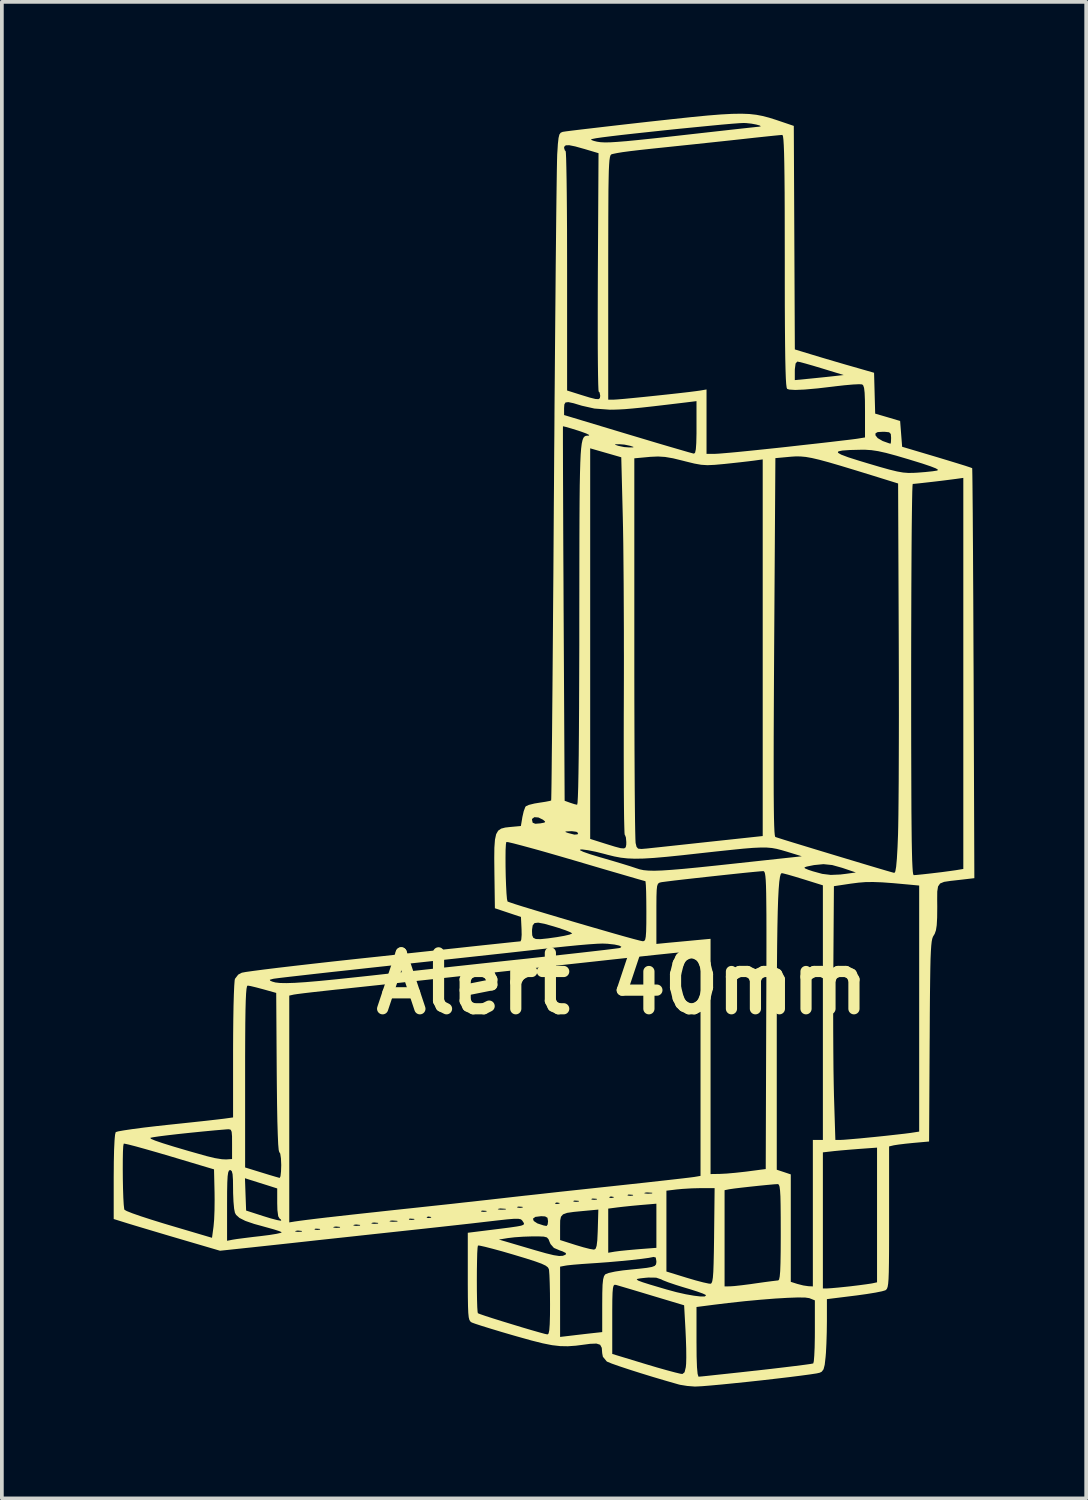
<source format=kicad_pcb>
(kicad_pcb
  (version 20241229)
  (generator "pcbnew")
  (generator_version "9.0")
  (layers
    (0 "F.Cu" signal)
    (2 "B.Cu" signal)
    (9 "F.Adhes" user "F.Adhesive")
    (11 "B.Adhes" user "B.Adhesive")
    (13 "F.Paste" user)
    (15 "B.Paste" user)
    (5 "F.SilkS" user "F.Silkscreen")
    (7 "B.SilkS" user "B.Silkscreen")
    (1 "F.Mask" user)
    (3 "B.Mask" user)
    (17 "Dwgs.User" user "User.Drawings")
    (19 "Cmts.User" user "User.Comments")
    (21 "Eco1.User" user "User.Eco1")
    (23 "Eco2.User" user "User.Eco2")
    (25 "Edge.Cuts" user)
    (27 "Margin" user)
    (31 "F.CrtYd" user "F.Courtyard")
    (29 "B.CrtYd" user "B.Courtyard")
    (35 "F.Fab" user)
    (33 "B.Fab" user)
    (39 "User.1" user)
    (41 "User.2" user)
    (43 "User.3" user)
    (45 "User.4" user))
  (footprint "Alert 40mm"
    (layer "F.Cu")
    (at 13.642 23.331)
    (property "Reference" "Alert 40mm" (at 0 0 0) (layer "F.SilkS") (effects (font (size 1.5 1.5) (thickness 0.3))))
    (attr board_only exclude_from_pos_files exclude_from_bom)
    (fp_poly (pts (xy 3.409 -23.323) (xy 3.595 -23.302) (xy 3.767 -23.269) (xy 3.936 -23.225) (xy 4.114 -23.169) (xy 4.144 -23.159) (xy 4.601 -23.004) (xy 4.615 -20.006) (xy 4.629 -17.008) (xy 5.099 -16.865) (xy 5.361 -16.786) (xy 5.676 -16.693) (xy 5.997 -16.599) (xy 6.162 -16.552) (xy 6.754 -16.382) (xy 6.769 -15.834) (xy 6.784 -15.286) (xy 7.119 -15.188) (xy 7.453 -15.089) (xy 7.48 -14.743) (xy 7.507 -14.397) (xy 8.438 -14.12) (xy 8.736 -14.03) (xy 8.997 -13.95) (xy 9.204 -13.886) (xy 9.339 -13.841) (xy 9.386 -13.823) (xy 9.388 -13.768) (xy 9.391 -13.612) (xy 9.394 -13.363) (xy 9.397 -13.027) (xy 9.401 -12.613) (xy 9.404 -12.127) (xy 9.408 -11.576) (xy 9.411 -10.968) (xy 9.415 -10.31) (xy 9.418 -9.608) (xy 9.421 -8.871) (xy 9.424 -8.314) (xy 9.444 -2.825) (xy 9.068 -2.781) (xy 8.808 -2.752) (xy 8.633 -2.726) (xy 8.525 -2.682) (xy 8.47 -2.602) (xy 8.449 -2.467) (xy 8.447 -2.258) (xy 8.449 -2.056) (xy 8.446 -1.768) (xy 8.435 -1.565) (xy 8.414 -1.428) (xy 8.381 -1.333) (xy 8.355 -1.29) (xy 8.333 -1.253) (xy 8.315 -1.201) (xy 8.3 -1.125) (xy 8.288 -1.015) (xy 8.278 -0.864) (xy 8.269 -0.66) (xy 8.263 -0.396) (xy 8.258 -0.063) (xy 8.253 0.35) (xy 8.249 0.85) (xy 8.246 1.448) (xy 8.245 1.541) (xy 8.23 4.239) (xy 7.815 4.276) (xy 7.598 4.298) (xy 7.409 4.321) (xy 7.287 4.34) (xy 7.278 4.342) (xy 7.157 4.371) (xy 7.157 6.273) (xy 7.157 6.776) (xy 7.156 7.183) (xy 7.153 7.503) (xy 7.149 7.748) (xy 7.142 7.928) (xy 7.132 8.054) (xy 7.118 8.137) (xy 7.1 8.187) (xy 7.077 8.216) (xy 7.055 8.231) (xy 6.965 8.257) (xy 6.792 8.292) (xy 6.558 8.33) (xy 6.286 8.368) (xy 6.221 8.376) (xy 5.489 8.467) (xy 5.489 9.063) (xy 5.485 9.354) (xy 5.476 9.651) (xy 5.463 9.91) (xy 5.453 10.027) (xy 5.43 10.228) (xy 5.399 10.348) (xy 5.352 10.412) (xy 5.299 10.44) (xy 5.211 10.46) (xy 5.032 10.487) (xy 4.779 10.521) (xy 4.47 10.56) (xy 4.121 10.601) (xy 3.749 10.644) (xy 3.371 10.685) (xy 3.003 10.723) (xy 2.663 10.757) (xy 2.368 10.784) (xy 2.134 10.803) (xy 1.977 10.811) (xy 1.945 10.812) (xy 1.743 10.796) (xy 1.55 10.765) (xy 1.507 10.754) (xy 1.169 10.657) (xy 0.825 10.555) (xy 0.49 10.452) (xy 0.182 10.354) (xy -0.08 10.267) (xy -0.279 10.197) (xy -0.399 10.148) (xy -0.417 10.138) (xy -0.52 10.013) (xy -0.535 9.937) (xy -0.269 9.937) (xy 0.632 10.211) (xy 0.931 10.3) (xy 1.197 10.375) (xy 1.413 10.433) (xy 1.559 10.468) (xy 1.614 10.475) (xy 1.671 10.428) (xy 1.704 10.292) (xy 1.713 10.197) (xy 1.717 10.034) (xy 1.715 9.797) (xy 1.709 9.613) (xy 1.991 9.613) (xy 1.994 10.007) (xy 2.004 10.294) (xy 2.021 10.473) (xy 2.044 10.546) (xy 2.048 10.547) (xy 2.115 10.542) (xy 2.274 10.526) (xy 2.512 10.5) (xy 2.813 10.468) (xy 3.165 10.43) (xy 3.552 10.387) (xy 3.593 10.383) (xy 3.982 10.339) (xy 4.336 10.297) (xy 4.641 10.26) (xy 4.883 10.229) (xy 5.048 10.206) (xy 5.121 10.192) (xy 5.123 10.191) (xy 5.138 10.131) (xy 5.15 9.982) (xy 5.16 9.764) (xy 5.165 9.495) (xy 5.166 9.332) (xy 5.166 8.5) (xy 5.018 8.441) (xy 4.911 8.425) (xy 4.711 8.422) (xy 4.434 8.432) (xy 4.095 8.452) (xy 3.708 8.483) (xy 3.287 8.522) (xy 2.848 8.57) (xy 2.462 8.617) (xy 1.991 8.678) (xy 1.991 9.613) (xy 1.709 9.613) (xy 1.706 9.521) (xy 1.695 9.28) (xy 1.659 8.632) (xy 0.789 8.371) (xy 0.494 8.282) (xy 0.23 8.203) (xy 0.017 8.14) (xy -0.126 8.098) (xy -0.175 8.084) (xy -0.209 8.083) (xy -0.234 8.108) (xy -0.25 8.173) (xy -0.261 8.295) (xy -0.267 8.485) (xy -0.269 8.76) (xy -0.269 8.998) (xy -0.269 9.937) (xy -0.535 9.937) (xy -0.539 9.914) (xy -0.55 9.773) (xy -0.594 9.691) (xy -0.692 9.659) (xy -0.864 9.666) (xy -0.999 9.684) (xy -1.246 9.716) (xy -1.461 9.731) (xy -1.666 9.727) (xy -1.884 9.702) (xy -2.135 9.652) (xy -2.441 9.575) (xy -2.776 9.481) (xy -1.668 9.481) (xy -1.413 9.451) (xy -1.204 9.426) (xy -0.963 9.398) (xy -0.848 9.385) (xy -0.538 9.351) (xy -0.538 8.611) (xy -0.536 8.302) (xy -0.529 8.083) (xy -0.514 7.942) (xy 0.387 7.942) (xy 0.43 7.971) (xy 0.546 8.014) (xy 0.745 8.077) (xy 1.035 8.163) (xy 1.184 8.207) (xy 1.448 8.279) (xy 1.7 8.336) (xy 1.923 8.375) (xy 2.099 8.396) (xy 2.212 8.395) (xy 2.246 8.369) (xy 2.231 8.35) (xy 2.16 8.317) (xy 2.01 8.263) (xy 1.807 8.198) (xy 1.745 8.18) (xy 5.381 8.18) (xy 5.502 8.18) (xy 5.609 8.173) (xy 5.791 8.157) (xy 6.014 8.134) (xy 6.108 8.124) (xy 6.339 8.096) (xy 6.541 8.069) (xy 6.682 8.048) (xy 6.713 8.042) (xy 6.834 8.016) (xy 6.834 6.21) (xy 6.834 4.403) (xy 6.363 4.437) (xy 6.111 4.457) (xy 5.864 4.478) (xy 5.669 4.497) (xy 5.637 4.501) (xy 5.381 4.53) (xy 5.381 6.355) (xy 5.381 8.18) (xy 1.745 8.18) (xy 1.668 8.157) (xy 1.567 8.126) (xy 2.744 8.126) (xy 2.892 8.124) (xy 3.009 8.116) (xy 3.2 8.095) (xy 3.435 8.065) (xy 3.579 8.044) (xy 3.813 8.011) (xy 4.01 7.985) (xy 4.144 7.969) (xy 4.184 7.965) (xy 4.206 7.941) (xy 4.223 7.861) (xy 4.236 7.716) (xy 4.244 7.497) (xy 4.249 7.192) (xy 4.251 6.792) (xy 4.251 6.673) (xy 4.25 6.261) (xy 4.247 5.945) (xy 4.242 5.712) (xy 4.232 5.551) (xy 4.219 5.451) (xy 4.2 5.398) (xy 4.175 5.381) (xy 4.172 5.381) (xy 4.073 5.387) (xy 3.896 5.403) (xy 3.672 5.425) (xy 3.428 5.451) (xy 3.195 5.477) (xy 3.003 5.5) (xy 2.88 5.518) (xy 2.866 5.52) (xy 2.744 5.545) (xy 2.744 6.835) (xy 2.744 8.126) (xy 1.567 8.126) (xy 1.436 8.085) (xy 1.232 8.016) (xy 1.087 7.959) (xy 1.043 7.936) (xy 0.909 7.891) (xy 0.7 7.888) (xy 0.616 7.895) (xy 0.489 7.909) (xy 0.41 7.923) (xy 0.387 7.942) (xy -0.514 7.942) (xy -0.514 7.939) (xy -0.49 7.85) (xy -0.456 7.802) (xy -0.455 7.801) (xy -0.367 7.766) (xy -0.2 7.729) (xy -0.183 7.726) (xy 1.184 7.726) (xy 1.735 7.896) (xy 1.97 7.965) (xy 2.171 8.018) (xy 2.314 8.049) (xy 2.368 8.055) (xy 2.394 8.038) (xy 2.414 7.987) (xy 2.43 7.89) (xy 2.442 7.734) (xy 2.45 7.508) (xy 2.457 7.2) (xy 2.463 6.797) (xy 2.463 6.766) (xy 2.477 5.489) (xy 2.113 5.489) (xy 1.87 5.495) (xy 1.619 5.51) (xy 1.466 5.524) (xy 1.184 5.558) (xy 1.184 6.642) (xy 1.184 7.726) (xy -0.183 7.726) (xy 0.018 7.696) (xy 0.151 7.682) (xy 0.45 7.652) (xy 0.659 7.628) (xy 0.794 7.604) (xy 0.87 7.575) (xy 0.905 7.535) (xy 0.914 7.481) (xy 0.915 7.449) (xy 0.898 7.35) (xy 0.835 7.335) (xy 0.821 7.339) (xy 0.707 7.361) (xy 0.508 7.388) (xy 0.248 7.417) (xy -0.053 7.447) (xy -0.37 7.475) (xy -0.682 7.498) (xy -0.834 7.508) (xy -1.081 7.525) (xy -1.302 7.543) (xy -1.466 7.56) (xy -1.52 7.568) (xy -1.668 7.596) (xy -1.668 8.539) (xy -1.668 9.481) (xy -2.776 9.481) (xy -2.823 9.468) (xy -2.911 9.443) (xy -3.233 9.349) (xy -3.524 9.261) (xy -3.767 9.186) (xy -3.944 9.128) (xy -4.037 9.094) (xy -4.042 9.091) (xy -4.075 9.067) (xy -4.101 9.025) (xy -4.119 8.953) (xy -4.131 8.835) (xy -4.138 8.659) (xy -4.142 8.41) (xy -4.144 8.074) (xy -4.144 7.972) (xy -3.901 7.972) (xy -3.9 8.241) (xy -3.896 8.484) (xy -3.89 8.681) (xy -3.881 8.808) (xy -3.873 8.845) (xy -3.814 8.869) (xy -3.672 8.918) (xy -3.468 8.984) (xy -3.222 9.061) (xy -2.954 9.143) (xy -2.685 9.225) (xy -2.434 9.299) (xy -2.224 9.359) (xy -2.073 9.4) (xy -2.005 9.414) (xy -1.977 9.389) (xy -1.958 9.301) (xy -1.946 9.139) (xy -1.939 8.891) (xy -1.938 8.597) (xy -1.94 8.302) (xy -1.946 8.038) (xy -1.954 7.827) (xy -1.964 7.692) (xy -1.97 7.661) (xy -1.995 7.615) (xy -2.056 7.568) (xy -2.166 7.516) (xy -2.337 7.454) (xy -2.586 7.374) (xy -2.921 7.273) (xy -3.219 7.186) (xy -3.48 7.115) (xy -3.687 7.062) (xy -3.824 7.032) (xy -3.872 7.029) (xy -3.882 7.091) (xy -3.891 7.238) (xy -3.896 7.449) (xy -3.9 7.701) (xy -3.901 7.972) (xy -4.144 7.972) (xy -4.144 7.862) (xy -4.144 6.869) (xy -3.31 6.869) (xy -3.094 6.932) (xy -2.949 6.975) (xy -2.735 7.038) (xy -2.487 7.111) (xy -2.341 7.154) (xy -2.049 7.237) (xy -1.839 7.288) (xy -1.694 7.31) (xy -1.595 7.305) (xy -1.522 7.275) (xy -1.518 7.273) (xy -1.511 7.232) (xy -1.529 7.223) (xy -0.377 7.223) (xy -0.202 7.193) (xy -0.067 7.175) (xy 0.138 7.154) (xy 0.374 7.133) (xy 0.444 7.127) (xy 0.915 7.091) (xy 0.915 6.499) (xy 0.915 5.907) (xy 0.498 5.942) (xy 0.259 5.964) (xy 0.029 5.988) (xy -0.143 6.008) (xy -0.148 6.009) (xy -0.377 6.039) (xy -0.377 6.631) (xy -0.377 7.223) (xy -1.529 7.223) (xy -1.608 7.183) (xy -1.67 7.163) (xy -1.834 7.093) (xy -1.924 6.991) (xy -1.947 6.939) (xy -1.979 6.859) (xy -2.022 6.812) (xy -2.104 6.79) (xy -2.248 6.784) (xy -2.413 6.784) (xy -2.654 6.792) (xy -2.889 6.808) (xy -3.067 6.829) (xy -3.31 6.869) (xy -4.144 6.869) (xy -4.144 6.687) (xy -3.646 6.625) (xy -3.285 6.58) (xy -3.018 6.546) (xy -2.832 6.519) (xy -2.783 6.51) (xy -1.668 6.51) (xy -1.668 6.541) (xy -1.668 6.882) (xy -1.251 7.015) (xy -1.046 7.076) (xy -0.874 7.12) (xy -0.767 7.138) (xy -0.753 7.138) (xy -0.714 7.113) (xy -0.688 7.036) (xy -0.67 6.889) (xy -0.659 6.656) (xy -0.657 6.597) (xy -0.642 6.065) (xy -1.029 6.101) (xy -1.299 6.127) (xy -1.48 6.153) (xy -1.589 6.193) (xy -1.645 6.257) (xy -1.666 6.358) (xy -1.668 6.51) (xy -2.783 6.51) (xy -2.715 6.497) (xy -2.653 6.474) (xy -2.635 6.448) (xy -2.646 6.416) (xy -2.675 6.373) (xy -2.686 6.356) (xy -2.719 6.327) (xy -2.786 6.312) (xy -2.903 6.312) (xy -3.087 6.327) (xy -3.356 6.357) (xy -3.452 6.368) (xy -3.703 6.397) (xy -4.038 6.436) (xy -4.433 6.48) (xy -4.867 6.528) (xy -5.314 6.577) (xy -5.704 6.619) (xy -6.184 6.671) (xy -6.705 6.727) (xy -7.236 6.785) (xy -7.744 6.84) (xy -8.198 6.889) (xy -8.449 6.917) (xy -8.841 6.96) (xy -9.236 7.003) (xy -9.608 7.043) (xy -9.932 7.078) (xy -10.18 7.104) (xy -10.225 7.109) (xy -10.79 7.169) (xy -11.7 6.902) (xy -10.601 6.902) (xy -10.453 6.873) (xy -10.34 6.855) (xy -10.149 6.83) (xy -9.909 6.8) (xy -9.699 6.776) (xy -9.463 6.746) (xy -9.278 6.716) (xy -9.162 6.69) (xy -9.134 6.672) (xy -9.178 6.653) (xy -8.779 6.653) (xy -8.708 6.662) (xy -8.691 6.662) (xy -8.599 6.657) (xy -8.591 6.64) (xy -8.596 6.638) (xy -8.703 6.627) (xy -8.757 6.636) (xy -8.779 6.653) (xy -9.178 6.653) (xy -9.203 6.642) (xy -9.324 6.603) (xy -8.254 6.603) (xy -8.18 6.611) (xy -8.103 6.602) (xy -8.112 6.583) (xy -8.223 6.576) (xy -8.247 6.583) (xy -8.254 6.603) (xy -9.324 6.603) (xy -9.347 6.596) (xy -9.529 6.545) (xy -7.757 6.545) (xy -7.685 6.554) (xy -7.668 6.555) (xy -7.577 6.549) (xy -7.568 6.532) (xy -7.573 6.53) (xy -7.68 6.519) (xy -7.735 6.528) (xy -7.757 6.545) (xy -9.529 6.545) (xy -9.536 6.543) (xy -9.552 6.539) (xy -9.724 6.491) (xy -7.218 6.491) (xy -7.147 6.501) (xy -7.13 6.501) (xy -7.038 6.495) (xy -7.03 6.478) (xy -7.035 6.476) (xy -7.142 6.465) (xy -7.197 6.474) (xy -7.218 6.491) (xy -9.724 6.491) (xy -9.878 6.449) (xy -9.911 6.437) (xy -6.734 6.437) (xy -6.663 6.447) (xy -6.646 6.447) (xy -6.554 6.441) (xy -6.546 6.424) (xy -6.551 6.422) (xy -6.658 6.412) (xy -6.712 6.42) (xy -6.734 6.437) (xy -9.911 6.437) (xy -9.994 6.409) (xy -8.933 6.409) (xy -8.769 6.382) (xy -6.246 6.382) (xy -6.171 6.391) (xy -6.135 6.391) (xy -6.037 6.386) (xy -6.025 6.372) (xy -6.041 6.367) (xy -6.177 6.358) (xy -6.229 6.367) (xy -6.246 6.382) (xy -8.769 6.382) (xy -8.758 6.381) (xy -8.639 6.364) (xy -8.439 6.338) (xy -8.404 6.334) (xy -5.724 6.334) (xy -5.65 6.342) (xy -5.574 6.333) (xy -5.583 6.314) (xy -5.674 6.309) (xy -2.396 6.309) (xy -2.375 6.371) (xy -2.277 6.436) (xy -2.109 6.491) (xy -2.031 6.505) (xy -2.001 6.464) (xy -1.991 6.377) (xy -2.006 6.285) (xy -2.07 6.248) (xy -2.176 6.242) (xy -2.332 6.261) (xy -2.396 6.309) (xy -5.674 6.309) (xy -5.693 6.307) (xy -5.718 6.314) (xy -5.724 6.334) (xy -8.404 6.334) (xy -8.186 6.307) (xy -7.982 6.283) (xy -5.25 6.283) (xy -5.197 6.292) (xy -5.128 6.282) (xy -5.127 6.264) (xy -5.199 6.251) (xy -5.23 6.259) (xy -5.25 6.283) (xy -7.982 6.283) (xy -7.907 6.274) (xy -7.884 6.272) (xy -7.638 6.244) (xy -7.309 6.207) (xy -6.918 6.164) (xy -6.5 6.119) (xy -3.787 6.119) (xy -3.713 6.126) (xy -3.637 6.118) (xy -3.646 6.099) (xy -3.756 6.092) (xy -3.78 6.099) (xy -3.787 6.119) (xy -6.5 6.119) (xy -6.488 6.117) (xy -6.044 6.069) (xy -5.951 6.059) (xy -3.34 6.059) (xy -3.265 6.068) (xy -3.229 6.068) (xy -3.131 6.063) (xy -3.119 6.049) (xy -3.135 6.044) (xy -3.271 6.035) (xy -3.323 6.044) (xy -3.34 6.059) (xy -5.951 6.059) (xy -5.65 6.027) (xy -5.5 6.011) (xy -2.819 6.011) (xy -2.744 6.019) (xy -2.668 6.01) (xy -2.677 5.991) (xy -2.787 5.984) (xy -2.812 5.991) (xy -2.819 6.011) (xy -5.5 6.011) (xy -5.195 5.978) (xy -4.72 5.927) (xy -4.535 5.907) (xy -1.806 5.907) (xy -1.753 5.915) (xy -1.684 5.905) (xy -1.683 5.887) (xy -1.755 5.874) (xy -1.786 5.883) (xy -1.806 5.907) (xy -4.535 5.907) (xy -4.251 5.875) (xy -4.018 5.85) (xy -1.312 5.85) (xy -1.238 5.857) (xy -1.161 5.849) (xy -1.17 5.83) (xy -1.281 5.823) (xy -1.305 5.83) (xy -1.312 5.85) (xy -4.018 5.85) (xy -3.816 5.827) (xy -3.535 5.796) (xy -0.827 5.796) (xy -0.753 5.803) (xy -0.677 5.795) (xy -0.686 5.776) (xy -0.796 5.769) (xy -0.821 5.776) (xy -0.827 5.796) (xy -3.535 5.796) (xy -3.44 5.785) (xy -3.202 5.758) (xy -3.089 5.745) (xy -0.353 5.745) (xy -0.3 5.754) (xy -0.231 5.744) (xy -0.23 5.726) (xy -0.302 5.713) (xy -0.333 5.721) (xy -0.353 5.745) (xy -3.089 5.745) (xy -2.929 5.727) (xy -2.582 5.688) (xy 0.141 5.688) (xy 0.215 5.696) (xy 0.292 5.687) (xy 0.283 5.669) (xy 0.172 5.661) (xy 0.148 5.669) (xy 0.141 5.688) (xy -2.582 5.688) (xy -2.568 5.687) (xy -2.14 5.64) (xy -2.044 5.629) (xy 0.589 5.629) (xy 0.663 5.637) (xy 0.7 5.638) (xy 0.797 5.632) (xy 0.809 5.618) (xy 0.794 5.613) (xy 0.657 5.605) (xy 0.605 5.613) (xy 0.589 5.629) (xy -2.044 5.629) (xy -1.665 5.587) (xy -1.163 5.533) (xy -0.653 5.478) (xy -0.269 5.437) (xy 0.193 5.387) (xy 0.626 5.34) (xy 1.019 5.296) (xy 1.358 5.258) (xy 1.63 5.227) (xy 1.822 5.204) (xy 1.921 5.191) (xy 1.924 5.191) (xy 2.099 5.161) (xy 2.099 2.15) (xy 2.099 -0.861) (xy 1.911 -0.861) (xy 1.874 -0.86) (xy 1.823 -0.858) (xy 1.752 -0.853) (xy 1.655 -0.844) (xy 1.527 -0.832) (xy 1.361 -0.816) (xy 1.151 -0.794) (xy 0.891 -0.767) (xy 0.576 -0.733) (xy 0.199 -0.693) (xy -0.246 -0.645) (xy -0.764 -0.588) (xy -1.363 -0.523) (xy -2.047 -0.448) (xy -2.823 -0.363) (xy -3.697 -0.267) (xy -4.197 -0.212) (xy -4.746 -0.152) (xy -5.3 -0.092) (xy -5.842 -0.033) (xy -6.355 0.023) (xy -6.822 0.073) (xy -7.224 0.116) (xy -7.546 0.151) (xy -7.668 0.163) (xy -7.996 0.199) (xy -8.294 0.232) (xy -8.541 0.261) (xy -8.72 0.284) (xy -8.812 0.298) (xy -8.812 0.298) (xy -8.933 0.325) (xy -8.933 3.367) (xy -8.933 6.409) (xy -9.994 6.409) (xy -10.112 6.368) (xy -10.268 6.289) (xy -10.359 6.207) (xy -10.39 6.151) (xy -10.412 6.04) (xy -10.429 5.854) (xy -10.439 5.625) (xy -10.44 5.512) (xy -10.443 5.27) (xy -10.446 5.224) (xy -10.121 5.224) (xy -10.106 5.657) (xy -10.09 6.091) (xy -9.633 6.239) (xy -9.427 6.302) (xy -9.263 6.345) (xy -9.165 6.363) (xy -9.148 6.361) (xy -9.163 6.324) (xy -9.189 6.311) (xy -9.229 6.245) (xy -9.251 6.078) (xy -9.256 5.892) (xy -9.256 5.498) (xy -9.538 5.408) (xy -9.73 5.348) (xy -9.902 5.293) (xy -9.971 5.272) (xy -10.121 5.224) (xy -10.446 5.224) (xy -10.453 5.116) (xy -10.475 5.034) (xy -10.51 5.006) (xy -10.521 5.005) (xy -10.55 5.018) (xy -10.571 5.069) (xy -10.586 5.17) (xy -10.595 5.336) (xy -10.6 5.58) (xy -10.601 5.916) (xy -10.601 5.953) (xy -10.601 6.902) (xy -11.7 6.902) (xy -11.812 6.869) (xy -12.159 6.767) (xy -12.501 6.665) (xy -12.813 6.572) (xy -13.07 6.495) (xy -13.238 6.444) (xy -13.642 6.318) (xy -13.642 5.18) (xy -13.64 4.975) (xy -13.399 4.975) (xy -13.397 5.244) (xy -13.392 5.509) (xy -13.384 5.746) (xy -13.373 5.933) (xy -13.36 6.048) (xy -13.353 6.07) (xy -13.291 6.105) (xy -13.14 6.165) (xy -12.917 6.243) (xy -12.636 6.334) (xy -12.314 6.434) (xy -12.157 6.481) (xy -11.005 6.822) (xy -10.964 6.519) (xy -10.948 6.336) (xy -10.938 6.084) (xy -10.935 5.8) (xy -10.937 5.601) (xy -10.951 4.986) (xy -11.123 4.935) (xy -10.117 4.935) (xy -9.673 5.072) (xy -9.468 5.135) (xy -9.302 5.184) (xy -9.203 5.212) (xy -9.189 5.215) (xy -9.168 5.169) (xy -9.154 5.042) (xy -9.148 4.87) (xy -9.156 4.69) (xy -9.175 4.564) (xy -9.202 4.52) (xy -9.216 4.467) (xy -9.23 4.31) (xy -9.241 4.054) (xy -9.252 3.701) (xy -9.26 3.257) (xy -9.266 2.725) (xy -9.269 2.387) (xy -9.283 0.253) (xy -9.633 0.155) (xy -9.821 0.105) (xy -9.971 0.069) (xy -10.05 0.056) (xy -10.066 0.077) (xy -10.08 0.146) (xy -10.091 0.27) (xy -10.1 0.458) (xy -10.107 0.717) (xy -10.112 1.055) (xy -10.115 1.478) (xy -10.117 1.996) (xy -10.117 2.494) (xy -10.117 4.935) (xy -11.123 4.935) (xy -12.149 4.628) (xy -12.49 4.528) (xy -12.795 4.441) (xy -13.05 4.37) (xy -13.24 4.321) (xy -13.351 4.297) (xy -13.373 4.297) (xy -13.386 4.361) (xy -13.394 4.511) (xy -13.398 4.723) (xy -13.399 4.975) (xy -13.64 4.975) (xy -13.639 4.791) (xy -13.632 4.466) (xy -13.62 4.217) (xy -13.614 4.142) (xy -12.662 4.142) (xy -12.638 4.169) (xy -12.527 4.216) (xy -12.325 4.285) (xy -12.029 4.377) (xy -11.635 4.493) (xy -11.14 4.633) (xy -11.139 4.633) (xy -10.933 4.683) (xy -10.744 4.714) (xy -10.628 4.72) (xy -10.467 4.709) (xy -10.467 4.305) (xy -10.468 4.1) (xy -10.478 3.98) (xy -10.503 3.924) (xy -10.552 3.91) (xy -10.601 3.912) (xy -10.922 3.939) (xy -11.259 3.971) (xy -11.596 4.005) (xy -11.915 4.039) (xy -12.199 4.072) (xy -12.429 4.101) (xy -12.589 4.125) (xy -12.66 4.141) (xy -12.662 4.142) (xy -13.614 4.142) (xy -13.605 4.053) (xy -13.588 3.987) (xy -13.521 3.967) (xy -13.363 3.939) (xy -13.128 3.904) (xy -12.832 3.865) (xy -12.489 3.825) (xy -12.216 3.795) (xy -11.837 3.755) (xy -11.481 3.717) (xy -11.167 3.683) (xy -10.912 3.654) (xy -10.734 3.633) (xy -10.669 3.625) (xy -10.44 3.593) (xy -10.44 1.8) (xy -10.438 1.366) (xy -10.434 0.962) (xy -10.428 0.601) (xy -10.419 0.298) (xy -10.409 0.066) (xy -10.398 -0.081) (xy -10.394 -0.1) (xy -9.454 -0.1) (xy -9.446 -0.076) (xy -9.39 -0.051) (xy -9.304 -0.027) (xy -9.18 -0.013) (xy -9.01 -0.01) (xy -8.784 -0.017) (xy -8.494 -0.036) (xy -8.13 -0.067) (xy -7.683 -0.111) (xy -7.144 -0.168) (xy -6.754 -0.21) (xy -6.261 -0.265) (xy -5.688 -0.328) (xy -5.059 -0.397) (xy -4.401 -0.468) (xy -3.739 -0.54) (xy -3.1 -0.609) (xy -2.509 -0.672) (xy -2.502 -0.673) (xy -2.007 -0.727) (xy -1.543 -0.778) (xy -1.122 -0.825) (xy -0.755 -0.867) (xy -0.453 -0.902) (xy -0.228 -0.93) (xy -0.091 -0.948) (xy -0.054 -0.955) (xy -0.024 -0.986) (xy -0.082 -1.017) (xy -0.21 -1.045) (xy -0.359 -1.061) (xy 0.915 -1.061) (xy 1.251 -1.094) (xy 1.49 -1.116) (xy 1.768 -1.142) (xy 1.978 -1.162) (xy 2.368 -1.198) (xy 2.368 1.957) (xy 2.368 5.112) (xy 2.623 5.108) (xy 2.798 5.099) (xy 3.035 5.078) (xy 3.291 5.05) (xy 3.363 5.041) (xy 3.705 4.996) (xy 4.144 4.996) (xy 4.332 5.058) (xy 4.52 5.121) (xy 4.52 6.562) (xy 4.52 8.003) (xy 4.695 8.059) (xy 4.855 8.1) (xy 4.991 8.12) (xy 5.112 8.126) (xy 5.112 6.162) (xy 5.112 4.197) (xy 5.247 4.197) (xy 5.381 4.197) (xy 5.381 0.782) (xy 5.381 0.744) (xy 5.657 0.744) (xy 5.658 1.292) (xy 5.661 1.815) (xy 5.665 2.292) (xy 5.672 2.703) (xy 5.679 3.028) (xy 5.68 3.054) (xy 5.716 4.197) (xy 5.846 4.197) (xy 5.945 4.192) (xy 6.128 4.177) (xy 6.372 4.156) (xy 6.654 4.128) (xy 6.769 4.117) (xy 7.067 4.086) (xy 7.344 4.055) (xy 7.574 4.029) (xy 7.73 4.009) (xy 7.763 4.004) (xy 7.964 3.973) (xy 7.964 0.673) (xy 7.964 -2.627) (xy 7.655 -2.656) (xy 7.27 -2.691) (xy 6.97 -2.713) (xy 6.73 -2.722) (xy 6.527 -2.72) (xy 6.34 -2.705) (xy 6.144 -2.68) (xy 6.135 -2.679) (xy 5.677 -2.61) (xy 5.661 -0.35) (xy 5.658 0.19) (xy 5.657 0.744) (xy 5.381 0.744) (xy 5.381 -2.633) (xy 4.859 -2.796) (xy 4.633 -2.865) (xy 4.443 -2.92) (xy 4.315 -2.953) (xy 4.275 -2.96) (xy 4.251 -2.935) (xy 4.23 -2.859) (xy 4.211 -2.725) (xy 4.195 -2.529) (xy 4.181 -2.265) (xy 4.17 -1.929) (xy 4.161 -1.514) (xy 4.154 -1.017) (xy 4.149 -0.431) (xy 4.146 0.248) (xy 4.144 1.026) (xy 4.144 1.672) (xy 4.144 4.996) (xy 3.705 4.996) (xy 3.848 4.978) (xy 3.861 0.982) (xy 3.864 0.23) (xy 3.866 -0.421) (xy 3.867 -0.979) (xy 3.867 -1.451) (xy 3.866 -1.844) (xy 3.863 -2.166) (xy 3.86 -2.422) (xy 3.855 -2.622) (xy 3.848 -2.771) (xy 3.839 -2.877) (xy 3.828 -2.947) (xy 3.815 -2.988) (xy 3.8 -3.008) (xy 3.783 -3.014) (xy 3.781 -3.014) (xy 3.695 -3.008) (xy 3.521 -2.992) (xy 3.278 -2.968) (xy 2.984 -2.937) (xy 2.657 -2.902) (xy 2.317 -2.865) (xy 1.981 -2.828) (xy 1.67 -2.793) (xy 1.4 -2.762) (xy 1.192 -2.736) (xy 1.063 -2.719) (xy 1.036 -2.714) (xy 0.99 -2.701) (xy 0.957 -2.673) (xy 0.935 -2.613) (xy 0.923 -2.505) (xy 0.917 -2.333) (xy 0.915 -2.08) (xy 0.915 -1.875) (xy 0.915 -1.061) (xy -0.359 -1.061) (xy -0.387 -1.065) (xy -0.53 -1.071) (xy -0.669 -1.066) (xy -0.895 -1.051) (xy -1.187 -1.026) (xy -1.522 -0.993) (xy -1.882 -0.955) (xy -1.983 -0.943) (xy -2.263 -0.912) (xy -2.636 -0.87) (xy -3.085 -0.82) (xy -3.597 -0.764) (xy -4.155 -0.703) (xy -4.745 -0.639) (xy -5.353 -0.573) (xy -5.962 -0.507) (xy -6.189 -0.483) (xy -6.753 -0.422) (xy -7.288 -0.363) (xy -7.784 -0.309) (xy -8.23 -0.259) (xy -8.616 -0.215) (xy -8.934 -0.179) (xy -9.171 -0.151) (xy -9.319 -0.132) (xy -9.364 -0.125) (xy -9.454 -0.1) (xy -10.394 -0.1) (xy -10.39 -0.124) (xy -10.302 -0.238) (xy -10.205 -0.289) (xy -10.097 -0.309) (xy -9.891 -0.338) (xy -9.6 -0.376) (xy -9.233 -0.421) (xy -8.8 -0.472) (xy -8.311 -0.528) (xy -7.779 -0.588) (xy -7.265 -0.644) (xy -6.951 -0.678) (xy -6.554 -0.72) (xy -6.098 -0.77) (xy -5.607 -0.823) (xy -5.106 -0.877) (xy -4.618 -0.93) (xy -4.522 -0.94) (xy -4.1 -0.986) (xy -3.711 -1.028) (xy -3.37 -1.064) (xy -3.088 -1.094) (xy -2.88 -1.116) (xy -2.757 -1.128) (xy -2.73 -1.13) (xy -2.709 -1.179) (xy -2.699 -1.306) (xy -2.701 -1.395) (xy -2.421 -1.395) (xy -2.416 -1.292) (xy -2.387 -1.226) (xy -2.319 -1.193) (xy -2.193 -1.189) (xy -1.993 -1.21) (xy -1.751 -1.244) (xy -1.558 -1.278) (xy -1.415 -1.311) (xy -1.348 -1.339) (xy -1.345 -1.344) (xy -1.393 -1.375) (xy -1.522 -1.427) (xy -1.71 -1.491) (xy -1.837 -1.53) (xy -2.088 -1.601) (xy -2.255 -1.632) (xy -2.354 -1.62) (xy -2.403 -1.559) (xy -2.42 -1.447) (xy -2.421 -1.395) (xy -2.701 -1.395) (xy -2.702 -1.457) (xy -2.718 -1.784) (xy -3.067 -1.901) (xy -3.417 -2.018) (xy -3.43 -2.96) (xy -3.434 -3.348) (xy -3.434 -3.374) (xy -3.132 -3.374) (xy -3.131 -3.13) (xy -3.126 -2.873) (xy -3.117 -2.628) (xy -3.106 -2.419) (xy -3.093 -2.268) (xy -3.078 -2.2) (xy -3.078 -2.199) (xy -3.017 -2.176) (xy -2.868 -2.126) (xy -2.645 -2.056) (xy -2.362 -1.97) (xy -2.033 -1.871) (xy -1.674 -1.764) (xy -1.299 -1.653) (xy -0.923 -1.543) (xy -0.559 -1.438) (xy -0.224 -1.341) (xy 0.069 -1.258) (xy 0.306 -1.193) (xy 0.471 -1.15) (xy 0.55 -1.133) (xy 0.552 -1.133) (xy 0.588 -1.14) (xy 0.614 -1.176) (xy 0.63 -1.255) (xy 0.64 -1.394) (xy 0.645 -1.608) (xy 0.646 -1.912) (xy 0.646 -1.937) (xy 0.644 -2.218) (xy 0.64 -2.457) (xy 0.633 -2.634) (xy 0.624 -2.731) (xy 0.62 -2.744) (xy 0.564 -2.759) (xy 0.416 -2.801) (xy 0.19 -2.867) (xy -0.105 -2.953) (xy -0.456 -3.055) (xy -0.85 -3.171) (xy -1.242 -3.287) (xy -1.667 -3.411) (xy -2.059 -3.524) (xy -2.243 -3.576) (xy -1.136 -3.576) (xy -1.05 -3.533) (xy -0.866 -3.468) (xy -0.586 -3.383) (xy -0.542 -3.371) (xy -0.261 -3.289) (xy -0.001 -3.211) (xy 0.213 -3.145) (xy 0.354 -3.098) (xy 0.372 -3.092) (xy 0.466 -3.062) (xy 0.571 -3.04) (xy 0.698 -3.028) (xy 0.858 -3.024) (xy 1.062 -3.031) (xy 1.32 -3.048) (xy 1.644 -3.075) (xy 2.045 -3.114) (xy 2.055 -3.115) (xy 4.888 -3.115) (xy 4.898 -3.089) (xy 4.992 -3.049) (xy 5.112 -3.009) (xy 5.364 -2.94) (xy 5.593 -2.912) (xy 5.848 -2.923) (xy 6.005 -2.942) (xy 6.266 -2.978) (xy 5.896 -3.103) (xy 5.631 -3.177) (xy 5.396 -3.201) (xy 5.143 -3.176) (xy 4.951 -3.137) (xy 4.888 -3.115) (xy 2.055 -3.115) (xy 2.534 -3.165) (xy 2.96 -3.211) (xy 4.816 -3.412) (xy 4.413 -3.536) (xy 4.269 -3.578) (xy 4.141 -3.611) (xy 4.015 -3.634) (xy 3.877 -3.646) (xy 3.713 -3.647) (xy 3.509 -3.638) (xy 3.251 -3.617) (xy 2.925 -3.584) (xy 2.518 -3.541) (xy 2.128 -3.498) (xy 1.614 -3.441) (xy 1.193 -3.398) (xy 0.849 -3.368) (xy 0.568 -3.351) (xy 0.336 -3.347) (xy 0.138 -3.355) (xy -0.041 -3.375) (xy -0.215 -3.408) (xy -0.398 -3.453) (xy -0.475 -3.474) (xy -0.71 -3.533) (xy -0.92 -3.575) (xy -1.074 -3.595) (xy -1.121 -3.595) (xy -1.136 -3.576) (xy -2.243 -3.576) (xy -2.406 -3.621) (xy -2.697 -3.7) (xy -2.919 -3.758) (xy -3.061 -3.791) (xy -3.11 -3.796) (xy -3.122 -3.731) (xy -3.13 -3.583) (xy -3.132 -3.374) (xy -3.434 -3.374) (xy -3.431 -3.643) (xy -3.415 -3.858) (xy -3.383 -4.005) (xy -3.348 -4.066) (xy -1.531 -4.066) (xy -1.465 -4.04) (xy -1.453 -4.036) (xy -1.285 -3.993) (xy -1.2 -4) (xy -1.184 -4.036) (xy -1.231 -4.069) (xy -1.349 -4.085) (xy -1.386 -4.084) (xy -1.507 -4.079) (xy -1.531 -4.066) (xy -3.348 -4.066) (xy -3.329 -4.099) (xy -3.249 -4.154) (xy -3.139 -4.183) (xy -3.014 -4.197) (xy -2.72 -4.224) (xy -2.691 -4.395) (xy -2.422 -4.395) (xy -2.404 -4.313) (xy -2.333 -4.284) (xy -2.197 -4.295) (xy -2.086 -4.316) (xy -2.069 -4.344) (xy -2.127 -4.393) (xy -2.249 -4.453) (xy -2.358 -4.461) (xy -2.418 -4.416) (xy -2.422 -4.395) (xy -2.691 -4.395) (xy -2.68 -4.463) (xy -2.644 -4.62) (xy -2.602 -4.732) (xy -2.586 -4.754) (xy -2.507 -4.79) (xy -2.358 -4.827) (xy -2.23 -4.848) (xy -2.062 -4.874) (xy -1.944 -4.897) (xy -1.908 -4.909) (xy -1.905 -4.964) (xy -1.902 -5.121) (xy -1.898 -5.373) (xy -1.894 -5.717) (xy -1.89 -6.144) (xy -1.884 -6.651) (xy -1.879 -7.23) (xy -1.873 -7.876) (xy -1.867 -8.584) (xy -1.861 -9.347) (xy -1.855 -10.161) (xy -1.848 -11.018) (xy -1.842 -11.913) (xy -1.836 -12.84) (xy -1.832 -13.321) (xy -1.826 -14.273) (xy -1.822 -14.736) (xy -1.592 -14.736) (xy -1.592 -14.489) (xy -1.591 -14.157) (xy -1.59 -13.747) (xy -1.588 -13.267) (xy -1.586 -12.724) (xy -1.584 -12.126) (xy -1.581 -11.48) (xy -1.577 -10.794) (xy -1.574 -10.075) (xy -1.573 -9.917) (xy -1.546 -4.901) (xy -1.405 -4.85) (xy -1.282 -4.81) (xy -1.211 -4.794) (xy -1.2 -4.847) (xy -1.191 -5.006) (xy -1.182 -5.272) (xy -1.175 -5.644) (xy -1.168 -6.12) (xy -1.163 -6.7) (xy -1.159 -7.383) (xy -1.156 -8.169) (xy -1.153 -9.057) (xy -1.153 -9.657) (xy -1.152 -10.505) (xy -1.151 -11.253) (xy -1.15 -11.905) (xy -1.148 -12.469) (xy -1.145 -12.952) (xy -1.141 -13.359) (xy -1.134 -13.697) (xy -1.126 -13.972) (xy -1.116 -14.191) (xy -1.103 -14.355) (xy -0.861 -14.355) (xy -0.861 -9.116) (xy -0.861 -3.878) (xy -0.444 -3.746) (xy -0.201 -3.671) (xy -0.042 -3.629) (xy 0.05 -3.623) (xy 0.093 -3.654) (xy 0.107 -3.724) (xy 0.108 -3.794) (xy 0.097 -3.918) (xy 0.073 -3.981) (xy 0.067 -3.982) (xy 0.06 -4.034) (xy 0.055 -4.185) (xy 0.049 -4.426) (xy 0.045 -4.747) (xy 0.042 -5.14) (xy 0.04 -5.596) (xy 0.039 -6.105) (xy 0.039 -6.659) (xy 0.04 -7.249) (xy 0.041 -7.44) (xy 0.043 -8.099) (xy 0.044 -8.771) (xy 0.043 -9.014) (xy 0.323 -9.014) (xy 0.323 -8.281) (xy 0.324 -7.576) (xy 0.326 -6.906) (xy 0.328 -6.281) (xy 0.331 -5.707) (xy 0.334 -5.192) (xy 0.338 -4.744) (xy 0.342 -4.37) (xy 0.347 -4.079) (xy 0.352 -3.879) (xy 0.357 -3.776) (xy 0.358 -3.767) (xy 0.383 -3.665) (xy 0.425 -3.617) (xy 0.515 -3.608) (xy 0.667 -3.621) (xy 0.795 -3.635) (xy 1.013 -3.658) (xy 1.301 -3.689) (xy 1.644 -3.726) (xy 2.022 -3.767) (xy 2.354 -3.803) (xy 3.767 -3.955) (xy 3.767 -5.521) (xy 4.061 -5.521) (xy 4.062 -5.088) (xy 4.065 -4.732) (xy 4.069 -4.448) (xy 4.075 -4.232) (xy 4.082 -4.077) (xy 4.091 -3.98) (xy 4.102 -3.935) (xy 4.106 -3.93) (xy 4.185 -3.904) (xy 4.349 -3.852) (xy 4.582 -3.78) (xy 4.868 -3.693) (xy 5.192 -3.594) (xy 5.539 -3.489) (xy 5.893 -3.382) (xy 6.239 -3.278) (xy 6.561 -3.181) (xy 6.843 -3.097) (xy 7.07 -3.03) (xy 7.227 -2.985) (xy 7.298 -2.966) (xy 7.299 -2.966) (xy 7.324 -3.005) (xy 7.346 -3.13) (xy 7.366 -3.349) (xy 7.384 -3.664) (xy 7.397 -3.996) (xy 7.402 -4.219) (xy 7.407 -4.539) (xy 7.411 -4.945) (xy 7.415 -5.424) (xy 7.417 -5.968) (xy 7.419 -6.563) (xy 7.42 -7.199) (xy 7.419 -7.866) (xy 7.419 -8.153) (xy 7.749 -8.153) (xy 7.749 -7.257) (xy 7.75 -6.463) (xy 7.752 -5.766) (xy 7.754 -5.16) (xy 7.756 -4.639) (xy 7.76 -4.199) (xy 7.764 -3.834) (xy 7.77 -3.539) (xy 7.776 -3.307) (xy 7.784 -3.133) (xy 7.792 -3.012) (xy 7.802 -2.939) (xy 7.814 -2.908) (xy 7.818 -2.906) (xy 7.9 -2.912) (xy 8.06 -2.928) (xy 8.267 -2.951) (xy 8.343 -2.96) (xy 8.577 -2.988) (xy 8.792 -3.017) (xy 8.948 -3.039) (xy 8.973 -3.043) (xy 9.148 -3.072) (xy 9.148 -8.317) (xy 9.148 -13.562) (xy 8.947 -13.534) (xy 8.792 -13.514) (xy 8.588 -13.488) (xy 8.361 -13.461) (xy 8.14 -13.436) (xy 7.953 -13.415) (xy 7.826 -13.402) (xy 7.791 -13.4) (xy 7.785 -13.347) (xy 7.779 -13.194) (xy 7.774 -12.948) (xy 7.769 -12.616) (xy 7.764 -12.206) (xy 7.76 -11.725) (xy 7.757 -11.18) (xy 7.754 -10.578) (xy 7.752 -9.927) (xy 7.75 -9.234) (xy 7.749 -8.507) (xy 7.749 -8.153) (xy 7.419 -8.153) (xy 7.418 -8.551) (xy 7.416 -9.222) (xy 7.399 -13.412) (xy 6.727 -13.621) (xy 6.246 -13.769) (xy 5.854 -13.888) (xy 5.539 -13.98) (xy 5.288 -14.048) (xy 5.087 -14.095) (xy 4.924 -14.124) (xy 4.785 -14.137) (xy 4.659 -14.139) (xy 4.531 -14.131) (xy 4.498 -14.128) (xy 4.107 -14.092) (xy 4.074 -9.023) (xy 4.069 -8.128) (xy 4.065 -7.335) (xy 4.062 -6.64) (xy 4.061 -6.037) (xy 4.061 -5.521) (xy 3.767 -5.521) (xy 3.767 -9.006) (xy 3.767 -14.058) (xy 3.538 -14.026) (xy 3.386 -14.007) (xy 3.162 -13.981) (xy 2.903 -13.953) (xy 2.744 -13.936) (xy 2.481 -13.912) (xy 2.285 -13.903) (xy 2.115 -13.914) (xy 1.931 -13.947) (xy 1.694 -14.005) (xy 1.641 -14.019) (xy 1.363 -14.087) (xy 1.149 -14.124) (xy 0.959 -14.136) (xy 0.756 -14.127) (xy 0.713 -14.123) (xy 0.323 -14.087) (xy 0.323 -9.014) (xy 0.043 -9.014) (xy 0.043 -9.442) (xy 0.04 -10.095) (xy 0.037 -10.716) (xy 0.032 -11.288) (xy 0.027 -11.796) (xy 0.02 -12.225) (xy 0.014 -12.506) (xy -0.027 -14.115) (xy -0.444 -14.235) (xy -0.861 -14.355) (xy -1.103 -14.355) (xy -1.102 -14.361) (xy -1.091 -14.451) (xy -0.192 -14.451) (xy -0.108 -14.422) (xy 0.051 -14.389) (xy 0.188 -14.379) (xy 0.295 -14.381) (xy 0.3 -14.393) (xy 0.215 -14.422) (xy 0.057 -14.455) (xy -0.081 -14.465) (xy -0.187 -14.463) (xy -0.192 -14.451) (xy -1.091 -14.451) (xy -1.086 -14.487) (xy -1.066 -14.576) (xy -1.043 -14.635) (xy -1.015 -14.67) (xy -0.984 -14.688) (xy -0.947 -14.694) (xy -0.906 -14.696) (xy -0.895 -14.696) (xy -0.887 -14.713) (xy -0.966 -14.753) (xy -1.117 -14.808) (xy -1.181 -14.829) (xy -1.37 -14.888) (xy -1.514 -14.929) (xy -1.586 -14.946) (xy -1.591 -14.945) (xy -1.592 -14.891) (xy -1.592 -14.736) (xy -1.822 -14.736) (xy -1.819 -15.201) (xy -1.819 -15.248) (xy -1.561 -15.248) (xy 0.148 -14.733) (xy 0.559 -14.61) (xy 0.939 -14.496) (xy 1.275 -14.397) (xy 1.554 -14.316) (xy 1.763 -14.255) (xy 1.891 -14.22) (xy 1.924 -14.213) (xy 1.953 -14.238) (xy 1.973 -14.329) (xy 1.985 -14.497) (xy 1.991 -14.754) (xy 1.991 -14.914) (xy 1.991 -15.621) (xy 1.682 -15.583) (xy 1.205 -15.526) (xy 0.821 -15.481) (xy 0.514 -15.447) (xy 0.27 -15.423) (xy 0.074 -15.406) (xy -0.09 -15.397) (xy -0.235 -15.392) (xy -0.332 -15.391) (xy -0.747 -15.422) (xy -1.085 -15.498) (xy -1.307 -15.565) (xy -1.447 -15.595) (xy -1.523 -15.585) (xy -1.554 -15.533) (xy -1.561 -15.434) (xy -1.561 -15.427) (xy -1.561 -15.248) (xy -1.819 -15.248) (xy -1.816 -15.66) (xy -0.377 -15.66) (xy -0.239 -15.66) (xy -0.141 -15.666) (xy 0.043 -15.681) (xy 0.292 -15.705) (xy 0.585 -15.734) (xy 0.901 -15.767) (xy 1.219 -15.801) (xy 1.518 -15.834) (xy 1.778 -15.864) (xy 1.976 -15.889) (xy 2.085 -15.904) (xy 2.26 -15.934) (xy 2.26 -15.07) (xy 2.26 -14.207) (xy 2.489 -14.207) (xy 2.598 -14.213) (xy 2.8 -14.23) (xy 2.883 -14.237) (xy 5.784 -14.237) (xy 5.872 -14.186) (xy 6.06 -14.115) (xy 6.35 -14.023) (xy 6.575 -13.955) (xy 6.916 -13.854) (xy 7.175 -13.782) (xy 7.373 -13.734) (xy 7.532 -13.706) (xy 7.672 -13.695) (xy 7.815 -13.697) (xy 7.911 -13.702) (xy 8.128 -13.719) (xy 8.319 -13.739) (xy 8.444 -13.758) (xy 8.449 -13.759) (xy 8.47 -13.779) (xy 8.414 -13.816) (xy 8.274 -13.871) (xy 8.043 -13.949) (xy 7.714 -14.05) (xy 7.695 -14.056) (xy 7.346 -14.159) (xy 7.076 -14.232) (xy 6.863 -14.279) (xy 6.685 -14.306) (xy 6.518 -14.317) (xy 6.404 -14.317) (xy 6.106 -14.31) (xy 5.903 -14.296) (xy 5.795 -14.273) (xy 5.784 -14.237) (xy 2.883 -14.237) (xy 3.078 -14.255) (xy 3.418 -14.289) (xy 3.804 -14.329) (xy 4.221 -14.373) (xy 4.413 -14.394) (xy 4.838 -14.442) (xy 5.237 -14.486) (xy 5.595 -14.527) (xy 5.898 -14.563) (xy 6.129 -14.59) (xy 6.275 -14.609) (xy 6.31 -14.614) (xy 6.511 -14.647) (xy 6.511 -14.705) (xy 6.791 -14.705) (xy 6.851 -14.629) (xy 6.985 -14.551) (xy 7.159 -14.489) (xy 7.198 -14.479) (xy 7.207 -14.523) (xy 7.211 -14.635) (xy 7.211 -14.637) (xy 7.203 -14.74) (xy 7.158 -14.786) (xy 7.045 -14.798) (xy 6.992 -14.799) (xy 6.851 -14.791) (xy 6.793 -14.758) (xy 6.791 -14.705) (xy 6.511 -14.705) (xy 6.511 -15.343) (xy 6.509 -15.64) (xy 6.501 -15.845) (xy 6.486 -15.975) (xy 6.462 -16.045) (xy 6.433 -16.07) (xy 6.352 -16.075) (xy 6.187 -16.067) (xy 5.963 -16.047) (xy 5.704 -16.018) (xy 5.693 -16.016) (xy 5.242 -15.963) (xy 4.893 -15.932) (xy 4.64 -15.921) (xy 4.48 -15.931) (xy 4.422 -15.95) (xy 4.409 -15.986) (xy 4.397 -16.08) (xy 4.39 -16.185) (xy 4.628 -16.185) (xy 4.991 -16.22) (xy 5.237 -16.245) (xy 5.492 -16.271) (xy 5.647 -16.288) (xy 5.94 -16.321) (xy 5.351 -16.501) (xy 5.111 -16.573) (xy 4.905 -16.632) (xy 4.758 -16.67) (xy 4.695 -16.682) (xy 4.649 -16.631) (xy 4.629 -16.479) (xy 4.628 -16.434) (xy 4.628 -16.185) (xy 4.39 -16.185) (xy 4.387 -16.238) (xy 4.379 -16.465) (xy 4.372 -16.767) (xy 4.367 -17.15) (xy 4.363 -17.62) (xy 4.36 -18.181) (xy 4.359 -18.841) (xy 4.359 -19.376) (xy 4.358 -20.091) (xy 4.357 -20.704) (xy 4.355 -21.223) (xy 4.351 -21.654) (xy 4.346 -22.003) (xy 4.34 -22.278) (xy 4.332 -22.484) (xy 4.323 -22.628) (xy 4.312 -22.718) (xy 4.298 -22.758) (xy 4.292 -22.762) (xy 4.219 -22.756) (xy 4.057 -22.74) (xy 3.825 -22.716) (xy 3.542 -22.686) (xy 3.256 -22.654) (xy 2.861 -22.611) (xy 2.403 -22.562) (xy 1.926 -22.511) (xy 1.474 -22.464) (xy 1.238 -22.439) (xy 0.805 -22.394) (xy 0.465 -22.357) (xy 0.204 -22.326) (xy 0.009 -22.3) (xy -0.136 -22.276) (xy -0.243 -22.254) (xy -0.283 -22.244) (xy -0.302 -22.233) (xy -0.319 -22.208) (xy -0.332 -22.16) (xy -0.344 -22.082) (xy -0.353 -21.965) (xy -0.361 -21.801) (xy -0.366 -21.583) (xy -0.371 -21.302) (xy -0.373 -20.951) (xy -0.375 -20.522) (xy -0.376 -20.006) (xy -0.377 -19.395) (xy -0.377 -18.939) (xy -0.377 -15.66) (xy -1.816 -15.66) (xy -1.812 -16.1) (xy -1.805 -16.963) (xy -1.798 -17.783) (xy -1.791 -18.555) (xy -1.785 -19.273) (xy -1.778 -19.929) (xy -1.772 -20.518) (xy -1.766 -21.033) (xy -1.76 -21.468) (xy -1.755 -21.817) (xy -1.75 -22.074) (xy -1.746 -22.231) (xy -1.744 -22.266) (xy -1.734 -22.413) (xy -1.561 -22.413) (xy -1.539 -22.342) (xy -1.52 -22.333) (xy -1.513 -22.28) (xy -1.506 -22.13) (xy -1.5 -21.89) (xy -1.494 -21.571) (xy -1.489 -21.182) (xy -1.485 -20.731) (xy -1.482 -20.229) (xy -1.481 -19.684) (xy -1.48 -19.119) (xy -1.48 -15.906) (xy -1.103 -15.787) (xy -0.871 -15.716) (xy -0.722 -15.679) (xy -0.638 -15.674) (xy -0.601 -15.701) (xy -0.592 -15.76) (xy -0.592 -15.767) (xy -0.609 -15.855) (xy -0.632 -15.875) (xy -0.639 -15.927) (xy -0.645 -16.078) (xy -0.65 -16.317) (xy -0.654 -16.636) (xy -0.657 -17.026) (xy -0.658 -17.476) (xy -0.658 -17.978) (xy -0.657 -18.521) (xy -0.655 -19.073) (xy -0.637 -22.272) (xy -1.01 -22.383) (xy -1.26 -22.453) (xy -1.423 -22.486) (xy -1.517 -22.483) (xy -1.557 -22.445) (xy -1.561 -22.413) (xy -1.734 -22.413) (xy -1.728 -22.515) (xy -1.715 -22.631) (xy -0.84 -22.631) (xy -0.773 -22.605) (xy -0.753 -22.599) (xy -0.676 -22.58) (xy -0.586 -22.567) (xy -0.473 -22.561) (xy -0.326 -22.563) (xy -0.133 -22.575) (xy 0.116 -22.595) (xy 0.432 -22.626) (xy 0.825 -22.667) (xy 1.307 -22.72) (xy 1.688 -22.763) (xy 2.132 -22.813) (xy 2.543 -22.859) (xy 2.908 -22.9) (xy 3.216 -22.934) (xy 3.454 -22.96) (xy 3.609 -22.977) (xy 3.667 -22.982) (xy 3.718 -22.994) (xy 3.686 -23.015) (xy 3.595 -23.04) (xy 3.467 -23.064) (xy 3.327 -23.079) (xy 3.256 -23.082) (xy 3.146 -23.077) (xy 2.945 -23.062) (xy 2.669 -23.038) (xy 2.335 -23.006) (xy 1.957 -22.969) (xy 1.552 -22.929) (xy 1.137 -22.886) (xy 0.726 -22.842) (xy 0.336 -22.8) (xy -0.016 -22.761) (xy -0.316 -22.725) (xy -0.546 -22.696) (xy -0.692 -22.675) (xy -0.7 -22.674) (xy -0.818 -22.65) (xy -0.84 -22.631) (xy -1.715 -22.631) (xy -1.71 -22.678) (xy -1.687 -22.773) (xy -1.652 -22.821) (xy -1.6 -22.843) (xy -1.596 -22.844) (xy -1.518 -22.856) (xy -1.346 -22.878) (xy -1.091 -22.909) (xy -0.764 -22.947) (xy -0.379 -22.992) (xy 0.054 -23.042) (xy 0.523 -23.095) (xy 0.726 -23.118) (xy 1.338 -23.185) (xy 1.854 -23.24) (xy 2.286 -23.282) (xy 2.646 -23.311) (xy 2.946 -23.327) (xy 3.196 -23.331)) (stroke (width 0) (type solid)) (fill yes) (layer "F.SilkS")))
  (gr_rect
    (start -3 -3)
    (end 26.086 37.143)
    (stroke (width 0.1) (type default))
    (fill no)
    (layer "Edge.Cuts")))
</source>
